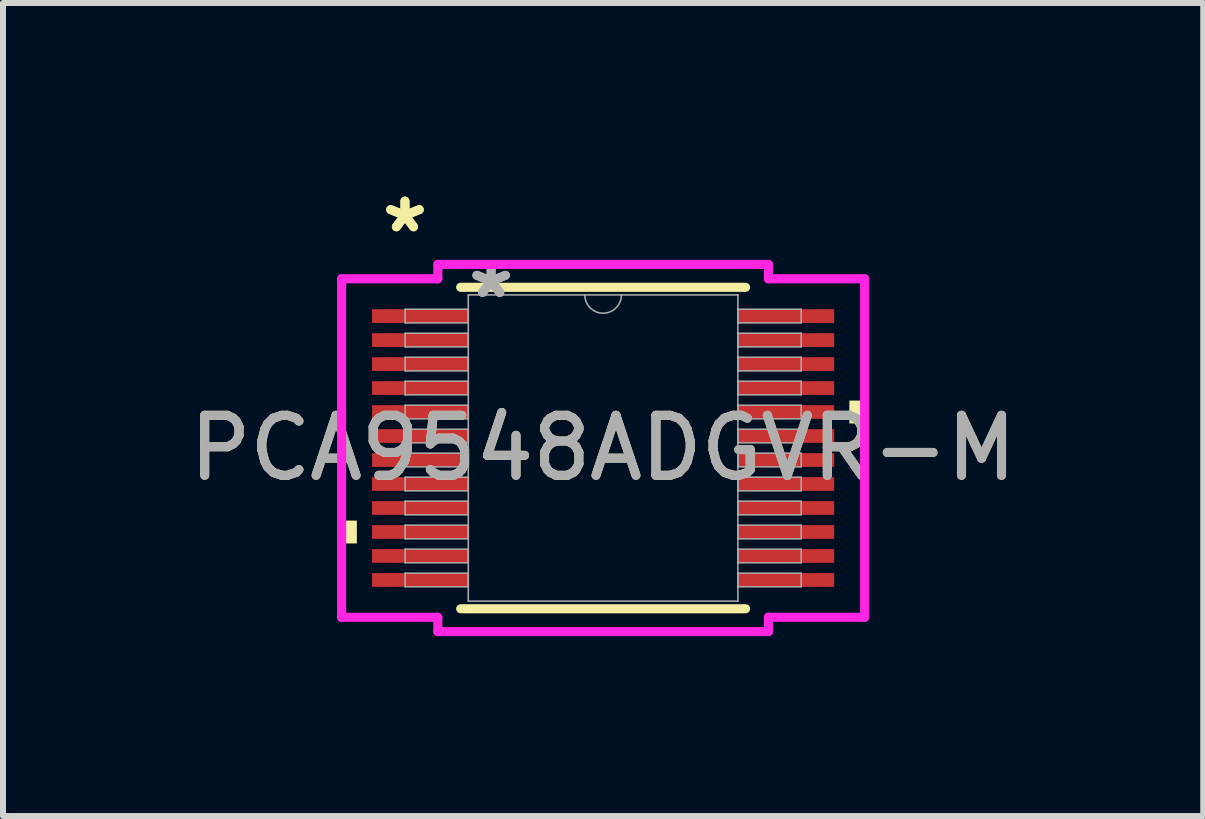
<source format=kicad_pcb>
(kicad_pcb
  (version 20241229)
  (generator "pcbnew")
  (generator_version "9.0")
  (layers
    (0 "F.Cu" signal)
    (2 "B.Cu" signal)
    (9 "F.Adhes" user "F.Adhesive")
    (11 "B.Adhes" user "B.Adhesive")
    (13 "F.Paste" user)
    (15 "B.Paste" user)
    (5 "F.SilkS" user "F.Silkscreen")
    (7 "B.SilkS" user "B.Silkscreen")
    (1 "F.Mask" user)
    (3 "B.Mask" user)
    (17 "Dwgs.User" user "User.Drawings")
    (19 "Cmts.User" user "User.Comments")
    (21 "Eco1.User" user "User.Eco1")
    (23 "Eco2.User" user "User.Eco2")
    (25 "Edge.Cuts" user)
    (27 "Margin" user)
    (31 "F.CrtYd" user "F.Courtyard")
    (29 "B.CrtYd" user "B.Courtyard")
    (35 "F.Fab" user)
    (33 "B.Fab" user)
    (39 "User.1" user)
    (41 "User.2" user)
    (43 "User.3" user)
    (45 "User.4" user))
  (footprint "PCA9548ADGVR-M"
    (layer "F.Cu")
    (at 7.006 4.42)
    (property "Reference" "PCA9548ADGVR-M" (at 0 0 0) (unlocked yes) (layer "F.SilkS") (effects (font (size 1 1) (thickness 0.15))))
    (attr smd)
    (fp_line (start -2.375 2.68) (end 2.375 2.68) (stroke (width 0.152) (type solid)) (layer "F.SilkS"))
    (fp_line (start 2.375 -2.68) (end -2.375 -2.68) (stroke (width 0.152) (type solid)) (layer "F.SilkS"))
    (fp_poly (pts (xy -4.36 1.21) (xy -4.36 1.591) (xy -4.106 1.591) (xy -4.106 1.21)) (stroke (width 0) (type solid)) (fill yes) (layer "F.SilkS"))
    (fp_poly (pts (xy 4.36 -0.791) (xy 4.36 -0.41) (xy 4.106 -0.41) (xy 4.106 -0.791)) (stroke (width 0) (type solid)) (fill yes) (layer "F.SilkS"))
    (fp_line (start -4.36 -2.822) (end -2.756 -2.822) (stroke (width 0.152) (type solid)) (layer "F.CrtYd"))
    (fp_line (start -4.36 2.822) (end -4.36 -2.822) (stroke (width 0.152) (type solid)) (layer "F.CrtYd"))
    (fp_line (start -4.36 2.822) (end -2.756 2.822) (stroke (width 0.152) (type solid)) (layer "F.CrtYd"))
    (fp_line (start -2.756 -3.061) (end 2.756 -3.061) (stroke (width 0.152) (type solid)) (layer "F.CrtYd"))
    (fp_line (start -2.756 -2.822) (end -2.756 -3.061) (stroke (width 0.152) (type solid)) (layer "F.CrtYd"))
    (fp_line (start -2.756 3.061) (end -2.756 2.822) (stroke (width 0.152) (type solid)) (layer "F.CrtYd"))
    (fp_line (start 2.756 -3.061) (end 2.756 -2.822) (stroke (width 0.152) (type solid)) (layer "F.CrtYd"))
    (fp_line (start 2.756 2.822) (end 2.756 3.061) (stroke (width 0.152) (type solid)) (layer "F.CrtYd"))
    (fp_line (start 2.756 3.061) (end -2.756 3.061) (stroke (width 0.152) (type solid)) (layer "F.CrtYd"))
    (fp_line (start 4.36 -2.822) (end 2.756 -2.822) (stroke (width 0.152) (type solid)) (layer "F.CrtYd"))
    (fp_line (start 4.36 -2.822) (end 4.36 2.822) (stroke (width 0.152) (type solid)) (layer "F.CrtYd"))
    (fp_line (start 4.36 2.822) (end 2.756 2.822) (stroke (width 0.152) (type solid)) (layer "F.CrtYd"))
    (fp_line (start -3.302 -2.314) (end -3.302 -2.086) (stroke (width 0.025) (type solid)) (layer "F.Fab"))
    (fp_line (start -3.302 -2.086) (end -2.248 -2.086) (stroke (width 0.025) (type solid)) (layer "F.Fab"))
    (fp_line (start -3.302 -1.914) (end -3.302 -1.686) (stroke (width 0.025) (type solid)) (layer "F.Fab"))
    (fp_line (start -3.302 -1.686) (end -2.248 -1.686) (stroke (width 0.025) (type solid)) (layer "F.Fab"))
    (fp_line (start -3.302 -1.514) (end -3.302 -1.286) (stroke (width 0.025) (type solid)) (layer "F.Fab"))
    (fp_line (start -3.302 -1.286) (end -2.248 -1.286) (stroke (width 0.025) (type solid)) (layer "F.Fab"))
    (fp_line (start -3.302 -1.114) (end -3.302 -0.886) (stroke (width 0.025) (type solid)) (layer "F.Fab"))
    (fp_line (start -3.302 -0.886) (end -2.248 -0.886) (stroke (width 0.025) (type solid)) (layer "F.Fab"))
    (fp_line (start -3.302 -0.714) (end -3.302 -0.486) (stroke (width 0.025) (type solid)) (layer "F.Fab"))
    (fp_line (start -3.302 -0.486) (end -2.248 -0.486) (stroke (width 0.025) (type solid)) (layer "F.Fab"))
    (fp_line (start -3.302 -0.314) (end -3.302 -0.086) (stroke (width 0.025) (type solid)) (layer "F.Fab"))
    (fp_line (start -3.302 -0.086) (end -2.248 -0.086) (stroke (width 0.025) (type solid)) (layer "F.Fab"))
    (fp_line (start -3.302 0.086) (end -3.302 0.314) (stroke (width 0.025) (type solid)) (layer "F.Fab"))
    (fp_line (start -3.302 0.314) (end -2.248 0.314) (stroke (width 0.025) (type solid)) (layer "F.Fab"))
    (fp_line (start -3.302 0.486) (end -3.302 0.714) (stroke (width 0.025) (type solid)) (layer "F.Fab"))
    (fp_line (start -3.302 0.714) (end -2.248 0.714) (stroke (width 0.025) (type solid)) (layer "F.Fab"))
    (fp_line (start -3.302 0.886) (end -3.302 1.114) (stroke (width 0.025) (type solid)) (layer "F.Fab"))
    (fp_line (start -3.302 1.114) (end -2.248 1.114) (stroke (width 0.025) (type solid)) (layer "F.Fab"))
    (fp_line (start -3.302 1.286) (end -3.302 1.514) (stroke (width 0.025) (type solid)) (layer "F.Fab"))
    (fp_line (start -3.302 1.514) (end -2.248 1.514) (stroke (width 0.025) (type solid)) (layer "F.Fab"))
    (fp_line (start -3.302 1.686) (end -3.302 1.914) (stroke (width 0.025) (type solid)) (layer "F.Fab"))
    (fp_line (start -3.302 1.914) (end -2.248 1.914) (stroke (width 0.025) (type solid)) (layer "F.Fab"))
    (fp_line (start -3.302 2.086) (end -3.302 2.314) (stroke (width 0.025) (type solid)) (layer "F.Fab"))
    (fp_line (start -3.302 2.314) (end -2.248 2.314) (stroke (width 0.025) (type solid)) (layer "F.Fab"))
    (fp_line (start -2.248 -2.553) (end -2.248 2.553) (stroke (width 0.025) (type solid)) (layer "F.Fab"))
    (fp_line (start -2.248 -2.314) (end -3.302 -2.314) (stroke (width 0.025) (type solid)) (layer "F.Fab"))
    (fp_line (start -2.248 -2.086) (end -2.248 -2.314) (stroke (width 0.025) (type solid)) (layer "F.Fab"))
    (fp_line (start -2.248 -1.914) (end -3.302 -1.914) (stroke (width 0.025) (type solid)) (layer "F.Fab"))
    (fp_line (start -2.248 -1.686) (end -2.248 -1.914) (stroke (width 0.025) (type solid)) (layer "F.Fab"))
    (fp_line (start -2.248 -1.514) (end -3.302 -1.514) (stroke (width 0.025) (type solid)) (layer "F.Fab"))
    (fp_line (start -2.248 -1.286) (end -2.248 -1.514) (stroke (width 0.025) (type solid)) (layer "F.Fab"))
    (fp_line (start -2.248 -1.114) (end -3.302 -1.114) (stroke (width 0.025) (type solid)) (layer "F.Fab"))
    (fp_line (start -2.248 -0.886) (end -2.248 -1.114) (stroke (width 0.025) (type solid)) (layer "F.Fab"))
    (fp_line (start -2.248 -0.714) (end -3.302 -0.714) (stroke (width 0.025) (type solid)) (layer "F.Fab"))
    (fp_line (start -2.248 -0.486) (end -2.248 -0.714) (stroke (width 0.025) (type solid)) (layer "F.Fab"))
    (fp_line (start -2.248 -0.314) (end -3.302 -0.314) (stroke (width 0.025) (type solid)) (layer "F.Fab"))
    (fp_line (start -2.248 -0.086) (end -2.248 -0.314) (stroke (width 0.025) (type solid)) (layer "F.Fab"))
    (fp_line (start -2.248 0.086) (end -3.302 0.086) (stroke (width 0.025) (type solid)) (layer "F.Fab"))
    (fp_line (start -2.248 0.314) (end -2.248 0.086) (stroke (width 0.025) (type solid)) (layer "F.Fab"))
    (fp_line (start -2.248 0.486) (end -3.302 0.486) (stroke (width 0.025) (type solid)) (layer "F.Fab"))
    (fp_line (start -2.248 0.714) (end -2.248 0.486) (stroke (width 0.025) (type solid)) (layer "F.Fab"))
    (fp_line (start -2.248 0.886) (end -3.302 0.886) (stroke (width 0.025) (type solid)) (layer "F.Fab"))
    (fp_line (start -2.248 1.114) (end -2.248 0.886) (stroke (width 0.025) (type solid)) (layer "F.Fab"))
    (fp_line (start -2.248 1.286) (end -3.302 1.286) (stroke (width 0.025) (type solid)) (layer "F.Fab"))
    (fp_line (start -2.248 1.514) (end -2.248 1.286) (stroke (width 0.025) (type solid)) (layer "F.Fab"))
    (fp_line (start -2.248 1.686) (end -3.302 1.686) (stroke (width 0.025) (type solid)) (layer "F.Fab"))
    (fp_line (start -2.248 1.914) (end -2.248 1.686) (stroke (width 0.025) (type solid)) (layer "F.Fab"))
    (fp_line (start -2.248 2.086) (end -3.302 2.086) (stroke (width 0.025) (type solid)) (layer "F.Fab"))
    (fp_line (start -2.248 2.314) (end -2.248 2.086) (stroke (width 0.025) (type solid)) (layer "F.Fab"))
    (fp_line (start -2.248 2.553) (end 2.248 2.553) (stroke (width 0.025) (type solid)) (layer "F.Fab"))
    (fp_line (start 2.248 -2.553) (end -2.248 -2.553) (stroke (width 0.025) (type solid)) (layer "F.Fab"))
    (fp_line (start 2.248 -2.314) (end 2.248 -2.086) (stroke (width 0.025) (type solid)) (layer "F.Fab"))
    (fp_line (start 2.248 -2.086) (end 3.302 -2.086) (stroke (width 0.025) (type solid)) (layer "F.Fab"))
    (fp_line (start 2.248 -1.914) (end 2.248 -1.686) (stroke (width 0.025) (type solid)) (layer "F.Fab"))
    (fp_line (start 2.248 -1.686) (end 3.302 -1.686) (stroke (width 0.025) (type solid)) (layer "F.Fab"))
    (fp_line (start 2.248 -1.514) (end 2.248 -1.286) (stroke (width 0.025) (type solid)) (layer "F.Fab"))
    (fp_line (start 2.248 -1.286) (end 3.302 -1.286) (stroke (width 0.025) (type solid)) (layer "F.Fab"))
    (fp_line (start 2.248 -1.114) (end 2.248 -0.886) (stroke (width 0.025) (type solid)) (layer "F.Fab"))
    (fp_line (start 2.248 -0.886) (end 3.302 -0.886) (stroke (width 0.025) (type solid)) (layer "F.Fab"))
    (fp_line (start 2.248 -0.714) (end 2.248 -0.486) (stroke (width 0.025) (type solid)) (layer "F.Fab"))
    (fp_line (start 2.248 -0.486) (end 3.302 -0.486) (stroke (width 0.025) (type solid)) (layer "F.Fab"))
    (fp_line (start 2.248 -0.314) (end 2.248 -0.086) (stroke (width 0.025) (type solid)) (layer "F.Fab"))
    (fp_line (start 2.248 -0.086) (end 3.302 -0.086) (stroke (width 0.025) (type solid)) (layer "F.Fab"))
    (fp_line (start 2.248 0.086) (end 2.248 0.314) (stroke (width 0.025) (type solid)) (layer "F.Fab"))
    (fp_line (start 2.248 0.314) (end 3.302 0.314) (stroke (width 0.025) (type solid)) (layer "F.Fab"))
    (fp_line (start 2.248 0.486) (end 2.248 0.714) (stroke (width 0.025) (type solid)) (layer "F.Fab"))
    (fp_line (start 2.248 0.714) (end 3.302 0.714) (stroke (width 0.025) (type solid)) (layer "F.Fab"))
    (fp_line (start 2.248 0.886) (end 2.248 1.114) (stroke (width 0.025) (type solid)) (layer "F.Fab"))
    (fp_line (start 2.248 1.114) (end 3.302 1.114) (stroke (width 0.025) (type solid)) (layer "F.Fab"))
    (fp_line (start 2.248 1.286) (end 2.248 1.514) (stroke (width 0.025) (type solid)) (layer "F.Fab"))
    (fp_line (start 2.248 1.514) (end 3.302 1.514) (stroke (width 0.025) (type solid)) (layer "F.Fab"))
    (fp_line (start 2.248 1.686) (end 2.248 1.914) (stroke (width 0.025) (type solid)) (layer "F.Fab"))
    (fp_line (start 2.248 1.914) (end 3.302 1.914) (stroke (width 0.025) (type solid)) (layer "F.Fab"))
    (fp_line (start 2.248 2.086) (end 2.248 2.314) (stroke (width 0.025) (type solid)) (layer "F.Fab"))
    (fp_line (start 2.248 2.314) (end 3.302 2.314) (stroke (width 0.025) (type solid)) (layer "F.Fab"))
    (fp_line (start 2.248 2.553) (end 2.248 -2.553) (stroke (width 0.025) (type solid)) (layer "F.Fab"))
    (fp_line (start 3.302 -2.314) (end 2.248 -2.314) (stroke (width 0.025) (type solid)) (layer "F.Fab"))
    (fp_line (start 3.302 -2.086) (end 3.302 -2.314) (stroke (width 0.025) (type solid)) (layer "F.Fab"))
    (fp_line (start 3.302 -1.914) (end 2.248 -1.914) (stroke (width 0.025) (type solid)) (layer "F.Fab"))
    (fp_line (start 3.302 -1.686) (end 3.302 -1.914) (stroke (width 0.025) (type solid)) (layer "F.Fab"))
    (fp_line (start 3.302 -1.514) (end 2.248 -1.514) (stroke (width 0.025) (type solid)) (layer "F.Fab"))
    (fp_line (start 3.302 -1.286) (end 3.302 -1.514) (stroke (width 0.025) (type solid)) (layer "F.Fab"))
    (fp_line (start 3.302 -1.114) (end 2.248 -1.114) (stroke (width 0.025) (type solid)) (layer "F.Fab"))
    (fp_line (start 3.302 -0.886) (end 3.302 -1.114) (stroke (width 0.025) (type solid)) (layer "F.Fab"))
    (fp_line (start 3.302 -0.714) (end 2.248 -0.714) (stroke (width 0.025) (type solid)) (layer "F.Fab"))
    (fp_line (start 3.302 -0.486) (end 3.302 -0.714) (stroke (width 0.025) (type solid)) (layer "F.Fab"))
    (fp_line (start 3.302 -0.314) (end 2.248 -0.314) (stroke (width 0.025) (type solid)) (layer "F.Fab"))
    (fp_line (start 3.302 -0.086) (end 3.302 -0.314) (stroke (width 0.025) (type solid)) (layer "F.Fab"))
    (fp_line (start 3.302 0.086) (end 2.248 0.086) (stroke (width 0.025) (type solid)) (layer "F.Fab"))
    (fp_line (start 3.302 0.314) (end 3.302 0.086) (stroke (width 0.025) (type solid)) (layer "F.Fab"))
    (fp_line (start 3.302 0.486) (end 2.248 0.486) (stroke (width 0.025) (type solid)) (layer "F.Fab"))
    (fp_line (start 3.302 0.714) (end 3.302 0.486) (stroke (width 0.025) (type solid)) (layer "F.Fab"))
    (fp_line (start 3.302 0.886) (end 2.248 0.886) (stroke (width 0.025) (type solid)) (layer "F.Fab"))
    (fp_line (start 3.302 1.114) (end 3.302 0.886) (stroke (width 0.025) (type solid)) (layer "F.Fab"))
    (fp_line (start 3.302 1.286) (end 2.248 1.286) (stroke (width 0.025) (type solid)) (layer "F.Fab"))
    (fp_line (start 3.302 1.514) (end 3.302 1.286) (stroke (width 0.025) (type solid)) (layer "F.Fab"))
    (fp_line (start 3.302 1.686) (end 2.248 1.686) (stroke (width 0.025) (type solid)) (layer "F.Fab"))
    (fp_line (start 3.302 1.914) (end 3.302 1.686) (stroke (width 0.025) (type solid)) (layer "F.Fab"))
    (fp_line (start 3.302 2.086) (end 2.248 2.086) (stroke (width 0.025) (type solid)) (layer "F.Fab"))
    (fp_line (start 3.302 2.314) (end 3.302 2.086) (stroke (width 0.025) (type solid)) (layer "F.Fab"))
    (fp_arc (start 0.3048 -2.5527) (mid 0 -2.2479) (end -0.3048 -2.5527) (stroke (width 0.0254) (type solid)) (layer "F.Fab"))
    (fp_text user "*" (at -3.304 -3.572 0) (layer "F.SilkS") (effects (font (size 1 1) (thickness 0.15))))
    (fp_text user "*" (at -3.304 -3.572 0) (unlocked yes) (layer "F.SilkS") (effects (font (size 1 1) (thickness 0.15))))
    (fp_text user "*" (at -1.867 -2.477 0) (unlocked yes) (layer "F.Fab") (effects (font (size 1 1) (thickness 0.15))))
    (fp_text user "${REFERENCE}" (at 0 0 0) (unlocked yes) (layer "F.Fab") (effects (font (size 1 1) (thickness 0.15))))
    (fp_text user "*" (at -1.867 -2.477 0) (layer "F.Fab") (effects (font (size 1 1) (thickness 0.15))))
    (pad "1" smd rect (at -3.05 -2.2) (size 1.604 0.229) (layers "F.Cu" "F.Mask" "F.Paste"))
    (pad "2" smd rect (at -3.05 -1.8) (size 1.604 0.229) (layers "F.Cu" "F.Mask" "F.Paste"))
    (pad "3" smd rect (at -3.05 -1.4) (size 1.604 0.229) (layers "F.Cu" "F.Mask" "F.Paste"))
    (pad "4" smd rect (at -3.05 -1) (size 1.604 0.229) (layers "F.Cu" "F.Mask" "F.Paste"))
    (pad "5" smd rect (at -3.05 -0.6) (size 1.604 0.229) (layers "F.Cu" "F.Mask" "F.Paste"))
    (pad "6" smd rect (at -3.05 -0.2) (size 1.604 0.229) (layers "F.Cu" "F.Mask" "F.Paste"))
    (pad "7" smd rect (at -3.05 0.2) (size 1.604 0.229) (layers "F.Cu" "F.Mask" "F.Paste"))
    (pad "8" smd rect (at -3.05 0.6) (size 1.604 0.229) (layers "F.Cu" "F.Mask" "F.Paste"))
    (pad "9" smd rect (at -3.05 1) (size 1.604 0.229) (layers "F.Cu" "F.Mask" "F.Paste"))
    (pad "10" smd rect (at -3.05 1.4) (size 1.604 0.229) (layers "F.Cu" "F.Mask" "F.Paste"))
    (pad "11" smd rect (at -3.05 1.8) (size 1.604 0.229) (layers "F.Cu" "F.Mask" "F.Paste"))
    (pad "12" smd rect (at -3.05 2.2) (size 1.604 0.229) (layers "F.Cu" "F.Mask" "F.Paste"))
    (pad "13" smd rect (at 3.05 2.2) (size 1.604 0.229) (layers "F.Cu" "F.Mask" "F.Paste"))
    (pad "14" smd rect (at 3.05 1.8) (size 1.604 0.229) (layers "F.Cu" "F.Mask" "F.Paste"))
    (pad "15" smd rect (at 3.05 1.4) (size 1.604 0.229) (layers "F.Cu" "F.Mask" "F.Paste"))
    (pad "16" smd rect (at 3.05 1) (size 1.604 0.229) (layers "F.Cu" "F.Mask" "F.Paste"))
    (pad "17" smd rect (at 3.05 0.6) (size 1.604 0.229) (layers "F.Cu" "F.Mask" "F.Paste"))
    (pad "18" smd rect (at 3.05 0.2) (size 1.604 0.229) (layers "F.Cu" "F.Mask" "F.Paste"))
    (pad "19" smd rect (at 3.05 -0.2) (size 1.604 0.229) (layers "F.Cu" "F.Mask" "F.Paste"))
    (pad "20" smd rect (at 3.05 -0.6) (size 1.604 0.229) (layers "F.Cu" "F.Mask" "F.Paste"))
    (pad "21" smd rect (at 3.05 -1) (size 1.604 0.229) (layers "F.Cu" "F.Mask" "F.Paste"))
    (pad "22" smd rect (at 3.05 -1.4) (size 1.604 0.229) (layers "F.Cu" "F.Mask" "F.Paste"))
    (pad "23" smd rect (at 3.05 -1.8) (size 1.604 0.229) (layers "F.Cu" "F.Mask" "F.Paste"))
    (pad "24" smd rect (at 3.05 -2.2) (size 1.604 0.229) (layers "F.Cu" "F.Mask" "F.Paste")))
  (gr_rect
    (start -3 -3)
    (end 17.012 10.557)
    (stroke (width 0.1) (type default))
    (fill no)
    (layer "Edge.Cuts")))
</source>
